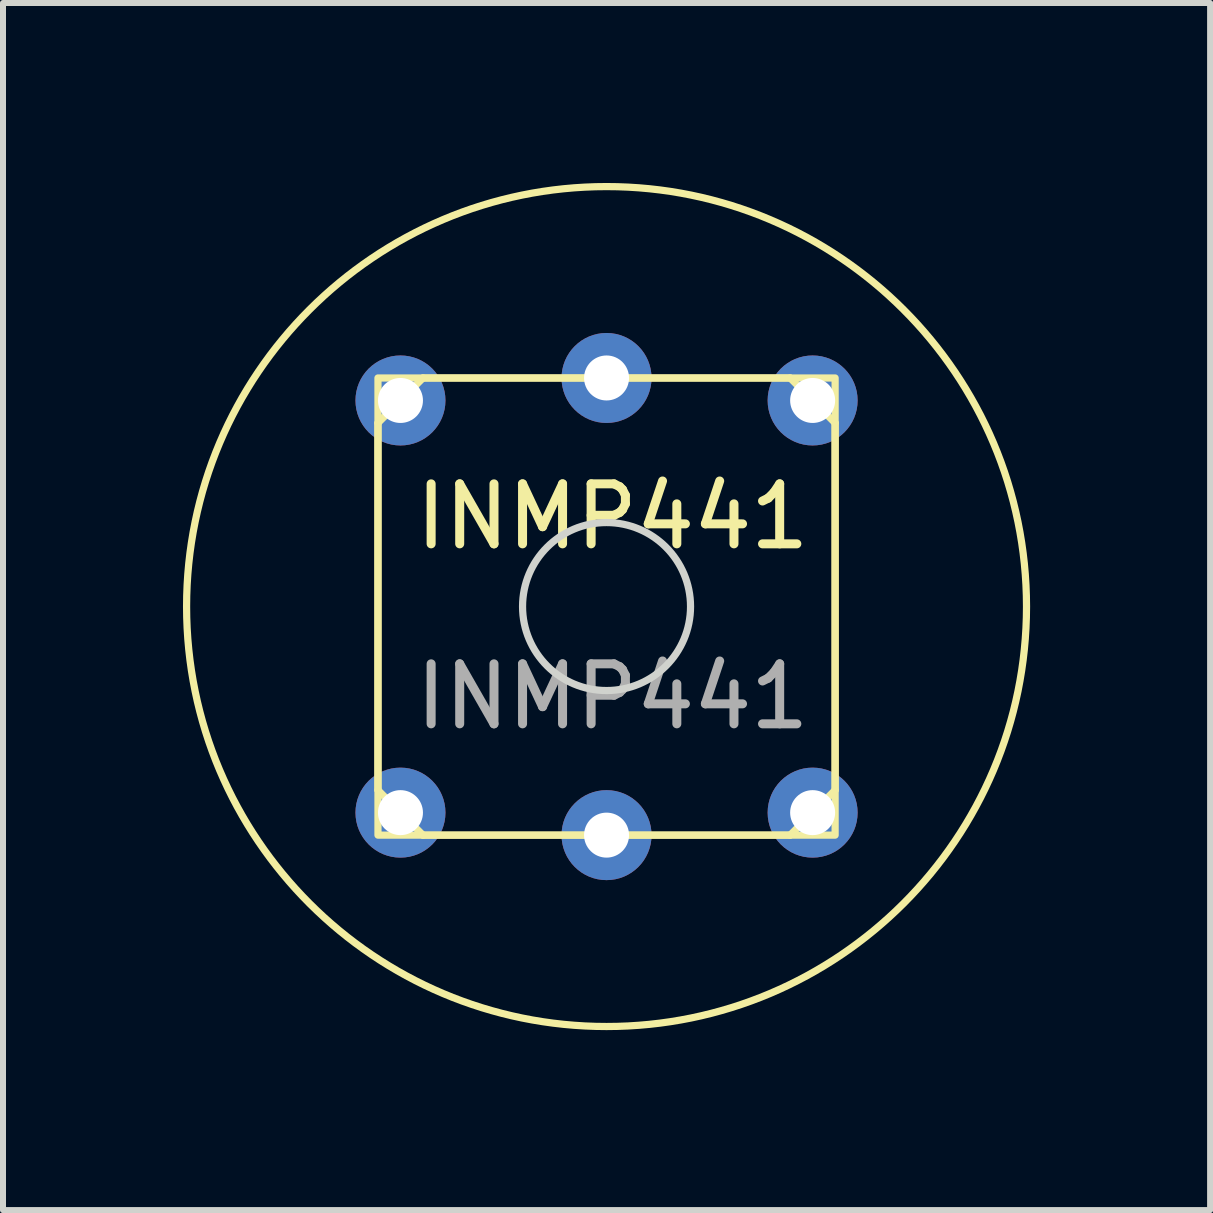
<source format=kicad_pcb>
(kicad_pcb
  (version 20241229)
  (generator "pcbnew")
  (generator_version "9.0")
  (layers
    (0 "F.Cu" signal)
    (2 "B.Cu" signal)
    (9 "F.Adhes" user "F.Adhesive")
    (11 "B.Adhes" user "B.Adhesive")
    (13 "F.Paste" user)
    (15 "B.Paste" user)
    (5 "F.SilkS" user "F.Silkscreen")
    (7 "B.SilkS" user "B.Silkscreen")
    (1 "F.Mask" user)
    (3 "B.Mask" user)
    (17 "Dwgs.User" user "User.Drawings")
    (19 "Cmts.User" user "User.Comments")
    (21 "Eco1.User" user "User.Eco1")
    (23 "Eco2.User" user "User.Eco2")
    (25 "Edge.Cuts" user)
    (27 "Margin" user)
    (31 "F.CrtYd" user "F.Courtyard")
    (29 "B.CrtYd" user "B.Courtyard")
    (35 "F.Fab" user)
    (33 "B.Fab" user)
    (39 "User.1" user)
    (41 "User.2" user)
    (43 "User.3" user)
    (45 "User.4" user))
  (footprint "INMP441"
    (layer "F.Cu")
    (at 7.06 7.06)
    (property "Reference" "INMP441" (at 0.1 -1.5 0) (unlocked yes) (layer "F.SilkS") (effects (font (size 1 1) (thickness 0.15))))
    (attr smd)
    (fp_line (start -3.81 -3.06) (end -3.81 3.06) (stroke (width 0.12) (type default)) (layer "F.SilkS"))
    (fp_line (start -3.06 -3.81) (end -3.81 -3.06) (stroke (width 0.12) (type default)) (layer "F.SilkS"))
    (fp_line (start -3.06 3.81) (end -3.81 3.06) (stroke (width 0.12) (type default)) (layer "F.SilkS"))
    (fp_line (start 3.06 -3.81) (end -3.06 -3.81) (stroke (width 0.12) (type default)) (layer "F.SilkS"))
    (fp_line (start 3.06 -3.81) (end 3.81 -3.06) (stroke (width 0.12) (type default)) (layer "F.SilkS"))
    (fp_line (start 3.06 3.81) (end -3.06 3.81) (stroke (width 0.12) (type default)) (layer "F.SilkS"))
    (fp_line (start 3.81 -3.06) (end 3.81 3.06) (stroke (width 0.12) (type default)) (layer "F.SilkS"))
    (fp_line (start 3.81 3.06) (end 3.06 3.81) (stroke (width 0.12) (type default)) (layer "F.SilkS"))
    (fp_rect (start -3.81 -3.81) (end 3.81 3.81) (stroke (width 0.12) (type default)) (fill no) (layer "F.SilkS"))
    (fp_circle (center 0 0) (end 7 0) (stroke (width 0.12) (type default)) (fill no) (layer "F.SilkS"))
    (fp_circle (center 0 0) (end 1.4 0) (stroke (width 0.12) (type default)) (fill no) (layer "Edge.Cuts"))
    (fp_text user "${REFERENCE}" (at 0.1 1.5 0) (unlocked yes) (layer "F.Fab") (effects (font (size 1 1) (thickness 0.15))))
    (pad "1" thru_hole circle (at -3.435 -3.435 270) (size 1.5 1.5) (drill 0.75) (layers "*.Cu" "*.Mask"))
    (pad "2" thru_hole circle (at 0 -3.81 270) (size 1.5 1.5) (drill 0.75) (layers "*.Cu" "*.Mask"))
    (pad "3" thru_hole circle (at 3.435 -3.435 270) (size 1.5 1.5) (drill 0.75) (layers "*.Cu" "*.Mask"))
    (pad "4" thru_hole circle (at -3.435 3.435 270) (size 1.5 1.5) (drill 0.75) (layers "*.Cu" "*.Mask"))
    (pad "5" thru_hole circle (at 0 3.81 270) (size 1.5 1.5) (drill 0.75) (layers "*.Cu" "*.Mask"))
    (pad "6" thru_hole circle (at 3.435 3.435 270) (size 1.5 1.5) (drill 0.75) (layers "*.Cu" "*.Mask")))
  (gr_rect
    (start -3 -3)
    (end 17.12 17.12)
    (stroke (width 0.1) (type default))
    (fill no)
    (layer "Edge.Cuts")))
</source>
